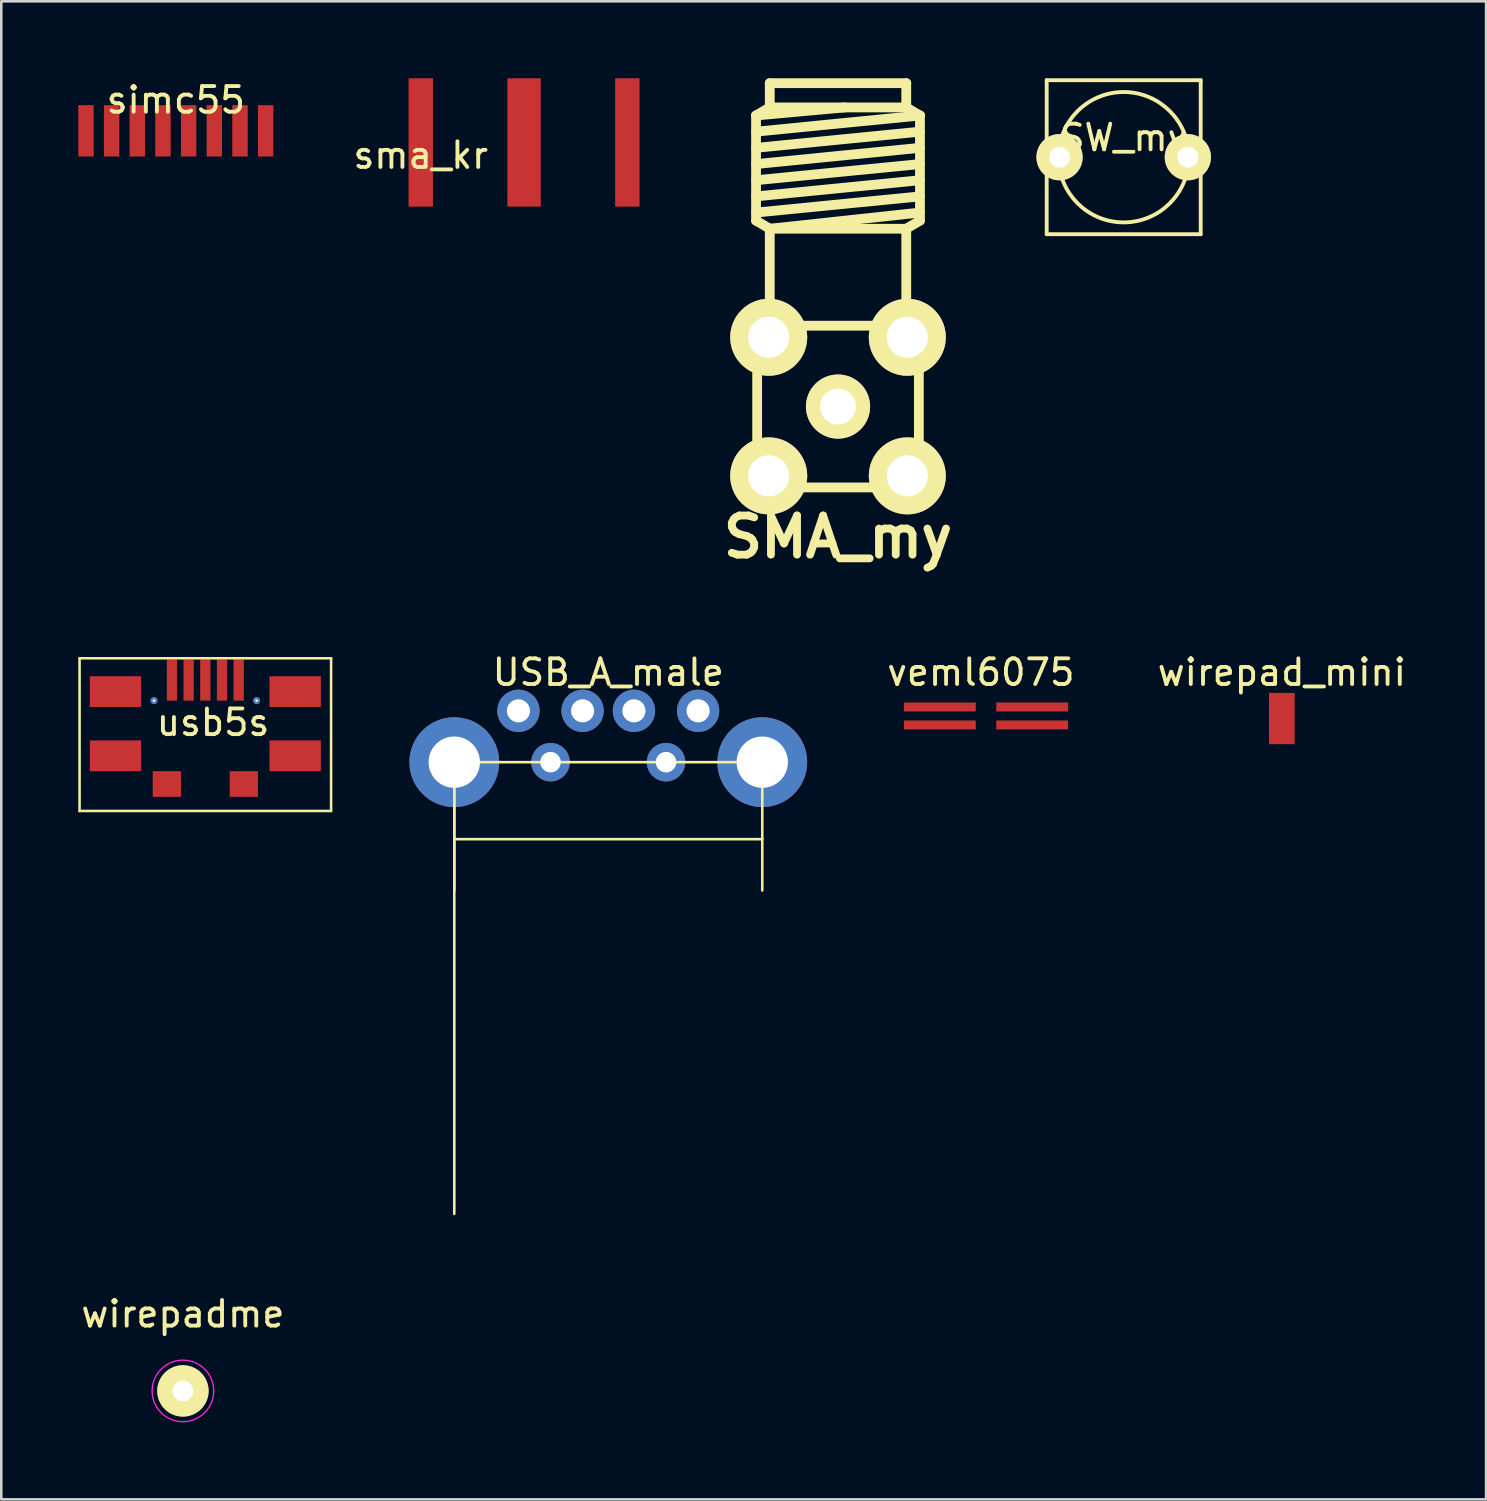
<source format=kicad_pcb>
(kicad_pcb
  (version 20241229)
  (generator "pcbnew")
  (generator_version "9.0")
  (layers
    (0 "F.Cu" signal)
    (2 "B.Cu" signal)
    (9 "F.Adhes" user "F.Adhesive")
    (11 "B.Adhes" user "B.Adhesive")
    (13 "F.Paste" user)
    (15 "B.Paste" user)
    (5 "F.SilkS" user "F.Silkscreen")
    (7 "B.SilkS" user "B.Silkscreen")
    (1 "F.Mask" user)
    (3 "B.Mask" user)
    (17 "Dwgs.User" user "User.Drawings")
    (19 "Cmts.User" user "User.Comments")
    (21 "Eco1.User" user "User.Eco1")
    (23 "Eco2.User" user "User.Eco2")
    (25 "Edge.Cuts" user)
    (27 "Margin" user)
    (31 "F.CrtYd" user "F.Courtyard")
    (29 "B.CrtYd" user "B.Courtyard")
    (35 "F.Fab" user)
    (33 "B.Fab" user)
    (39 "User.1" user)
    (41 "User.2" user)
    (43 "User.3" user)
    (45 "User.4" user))
  (footprint "SMA_my"
    (layer "F.Cu")
    (at 29.601 12.791)
    (property "Reference" "SMA_my" (at 0 5.08 0) (layer "F.SilkS") (effects (font (size 1.524 1.524) (thickness 0.305))))
    (attr through_hole)
    (fp_line (start -3.193 -11.341) (end -2.659 -11.656) (stroke (width 0.381) (type solid)) (layer "F.SilkS"))
    (fp_line (start -3.193 -11.341) (end 0.267 -11.656) (stroke (width 0.381) (type solid)) (layer "F.SilkS"))
    (fp_line (start -3.193 -10.711) (end 3.193 -11.341) (stroke (width 0.381) (type solid)) (layer "F.SilkS"))
    (fp_line (start -3.193 -10.081) (end 3.193 -10.711) (stroke (width 0.381) (type solid)) (layer "F.SilkS"))
    (fp_line (start -3.193 -9.449) (end 3.193 -10.081) (stroke (width 0.381) (type solid)) (layer "F.SilkS"))
    (fp_line (start -3.193 -8.819) (end 3.193 -9.449) (stroke (width 0.381) (type solid)) (layer "F.SilkS"))
    (fp_line (start -3.193 -8.189) (end 3.193 -8.819) (stroke (width 0.381) (type solid)) (layer "F.SilkS"))
    (fp_line (start -3.193 -7.559) (end 3.193 -8.189) (stroke (width 0.381) (type solid)) (layer "F.SilkS"))
    (fp_line (start -3.193 -7.244) (end -3.193 -11.341) (stroke (width 0.381) (type solid)) (layer "F.SilkS"))
    (fp_line (start -3.15 -3.15) (end 3.15 -3.15) (stroke (width 0.381) (type solid)) (layer "F.SilkS"))
    (fp_line (start -3.15 3.15) (end -3.15 -3.15) (stroke (width 0.381) (type solid)) (layer "F.SilkS"))
    (fp_line (start -2.659 -11.656) (end -2.659 -12.601) (stroke (width 0.381) (type solid)) (layer "F.SilkS"))
    (fp_line (start -2.659 -11.656) (end 2.659 -11.656) (stroke (width 0.381) (type solid)) (layer "F.SilkS"))
    (fp_line (start -2.659 -6.929) (end -3.193 -7.244) (stroke (width 0.381) (type solid)) (layer "F.SilkS"))
    (fp_line (start -2.659 -3.15) (end -2.659 -6.929) (stroke (width 0.381) (type solid)) (layer "F.SilkS"))
    (fp_line (start 2.659 -12.601) (end -2.659 -12.601) (stroke (width 0.381) (type solid)) (layer "F.SilkS"))
    (fp_line (start 2.659 -11.656) (end 2.659 -12.601) (stroke (width 0.381) (type solid)) (layer "F.SilkS"))
    (fp_line (start 2.659 -11.656) (end 3.193 -11.341) (stroke (width 0.381) (type solid)) (layer "F.SilkS"))
    (fp_line (start 2.659 -6.929) (end -2.659 -6.929) (stroke (width 0.381) (type solid)) (layer "F.SilkS"))
    (fp_line (start 2.659 -3.15) (end 2.659 -6.929) (stroke (width 0.381) (type solid)) (layer "F.SilkS"))
    (fp_line (start 3.15 -3.15) (end 3.15 3.15) (stroke (width 0.381) (type solid)) (layer "F.SilkS"))
    (fp_line (start 3.15 3.15) (end -3.15 3.15) (stroke (width 0.381) (type solid)) (layer "F.SilkS"))
    (fp_line (start 3.193 -11.341) (end 3.193 -7.244) (stroke (width 0.381) (type solid)) (layer "F.SilkS"))
    (fp_line (start 3.193 -7.559) (end -2.659 -6.929) (stroke (width 0.381) (type solid)) (layer "F.SilkS"))
    (fp_line (start 3.193 -7.244) (end 2.659 -6.929) (stroke (width 0.381) (type solid)) (layer "F.SilkS"))
    (pad "1" thru_hole circle (at 0 0) (size 2.5 2.5) (drill 1.4) (layers "*.Cu" "*.Mask" "F.SilkS"))
    (pad "2" thru_hole circle (at -2.7 -2.7) (size 3 3) (drill 1.6) (layers "*.Cu" "*.Mask" "F.SilkS"))
    (pad "3" thru_hole circle (at 2.7 -2.7) (size 3 3) (drill 1.6) (layers "*.Cu" "*.Mask" "F.SilkS"))
    (pad "4" thru_hole circle (at 2.7 2.7) (size 3 3) (drill 1.6) (layers "*.Cu" "*.Mask" "F.SilkS"))
    (pad "5" thru_hole circle (at -2.7 2.7) (size 3 3) (drill 1.6) (layers "*.Cu" "*.Mask" "F.SilkS")))
  (footprint "veml6075"
    (layer "F.Cu")
    (at 34.368 24.496)
    (property "Reference" "veml6075" (at 0.8 -1.35 0) (layer "F.SilkS") (effects (font (size 1 1) (thickness 0.15))))
    (attr smd)
    (pad "1" smd rect (at -0.8 0) (size 2.8 0.35) (layers "F.Cu" "F.Mask"))
    (pad "2" smd rect (at -0.8 0.7) (size 2.8 0.35) (layers "F.Cu" "F.Mask"))
    (pad "3" smd rect (at 2.8 0.7) (size 2.8 0.35) (layers "F.Cu" "F.Mask"))
    (pad "4" smd rect (at 2.8 0) (size 2.8 0.35) (layers "F.Cu" "F.Mask")))
  (footprint "sma_kr"
    (layer "F.Cu")
    (at 13.344 2.5)
    (property "Reference" "sma_kr" (at 0 0.5 0) (layer "F.SilkS") (effects (font (size 1 1) (thickness 0.15))))
    (attr through_hole)
    (pad "1" smd rect (at 4.025 0) (size 1.3 5) (layers "F.Cu" "F.Mask" "F.Paste"))
    (pad "2" smd rect (at 0 0) (size 0.95 5) (layers "F.Cu" "F.Mask" "F.Paste"))
    (pad "2" smd rect (at 8.05 0) (size 0.95 5) (layers "F.Cu" "F.Mask" "F.Paste")))
  (footprint "USB_A_male"
    (layer "F.Cu")
    (at 20.65 22.646)
    (property "Reference" "USB_A_male" (at 0 0.5 0) (layer "F.SilkS") (effects (font (size 1 1) (thickness 0.15))))
    (attr through_hole)
    (fp_line (start -6 4) (end -6 9) (stroke (width 0.1) (type solid)) (layer "F.SilkS"))
    (fp_line (start -6 4) (end -6 21.6) (stroke (width 0.1) (type solid)) (layer "F.SilkS"))
    (fp_line (start -6 7) (end 6 7) (stroke (width 0.1) (type solid)) (layer "F.SilkS"))
    (fp_line (start 6 4) (end -6 4) (stroke (width 0.1) (type solid)) (layer "F.SilkS"))
    (fp_line (start 6 9) (end 6 4) (stroke (width 0.1) (type solid)) (layer "F.SilkS"))
    (pad "1" thru_hole circle (at 3.5 2) (size 1.65 1.65) (drill 0.9) (layers "*.Cu" "*.Mask"))
    (pad "2" thru_hole circle (at 1 2) (size 1.65 1.65) (drill 0.9) (layers "*.Cu" "*.Mask"))
    (pad "3" thru_hole circle (at -1 2) (size 1.65 1.65) (drill 0.9) (layers "*.Cu" "*.Mask"))
    (pad "4" thru_hole circle (at -3.5 2) (size 1.65 1.65) (drill 0.9) (layers "*.Cu" "*.Mask"))
    (pad "5" thru_hole circle (at -6 4) (size 3.5 3.5) (drill 2) (layers "*.Cu" "*.Mask"))
    (pad "5" thru_hole circle (at 6 4) (size 3.5 3.5) (drill 2) (layers "*.Cu" "*.Mask"))
    (pad "6" thru_hole circle (at -2.25 4) (size 1.5 1.5) (drill 0.8) (layers "*.Cu" "*.Mask"))
    (pad "6" thru_hole circle (at 2.25 4) (size 1.5 1.5) (drill 0.8) (layers "*.Cu" "*.Mask")))
  (footprint "simc55"
    (layer "F.Cu")
    (at 3.8 0.348)
    (property "Reference" "simc55" (at 0 0.5 0) (layer "F.SilkS") (effects (font (size 1 1) (thickness 0.15))))
    (attr through_hole)
    (pad "1" smd rect (at -3.5 1.7) (size 0.6 2) (layers "F.Cu" "F.Mask" "F.Paste"))
    (pad "2" smd rect (at -2.5 1.7) (size 0.6 2) (layers "F.Cu" "F.Mask" "F.Paste"))
    (pad "3" smd rect (at -1.5 1.7) (size 0.6 2) (layers "F.Cu" "F.Mask" "F.Paste"))
    (pad "4" smd rect (at -0.5 1.7) (size 0.6 2) (layers "F.Cu" "F.Mask" "F.Paste"))
    (pad "5" smd rect (at 0.5 1.7) (size 0.6 2) (layers "F.Cu" "F.Mask" "F.Paste"))
    (pad "6" smd rect (at 1.5 1.7) (size 0.6 2) (layers "F.Cu" "F.Mask" "F.Paste"))
    (pad "7" smd rect (at 2.5 1.7) (size 0.6 2) (layers "F.Cu" "F.Mask" "F.Paste"))
    (pad "8" smd rect (at 3.5 1.7) (size 0.6 2) (layers "F.Cu" "F.Mask" "F.Paste")))
  (footprint "wirepad_mini"
    (layer "F.Cu")
    (at 46.894 22.646)
    (property "Reference" "wirepad_mini" (at 0 0.5 0) (layer "F.SilkS") (effects (font (size 1 1) (thickness 0.15))))
    (attr through_hole)
    (pad "1" smd rect (at 0 2.3) (size 1 2) (layers "F.Cu" "F.Mask" "F.Paste")))
  (footprint "wirepadme"
    (layer "F.Cu")
    (at 4.077 51.144)
    (property "Reference" "wirepadme" (at 0 -3 0) (layer "F.SilkS") (effects (font (size 1 1) (thickness 0.15))))
    (attr exclude_from_pos_files exclude_from_bom)
    (fp_circle (center 0 0) (end 1.2 0) (stroke (width 0.05) (type solid)) (fill no) (layer "F.CrtYd"))
    (pad "1" thru_hole circle (at 0 0) (size 2 2) (drill 0.8) (layers "*.Cu" "*.Mask" "F.SilkS")))
  (footprint "usb5s"
    (layer "F.Cu")
    (at 4.95 22.548)
    (property "Reference" "usb5s" (at 0.3 2.55 0) (layer "F.SilkS") (effects (font (size 1 1) (thickness 0.15))))
    (attr through_hole)
    (fp_line (start -4.9 0.05) (end 4.9 0.05) (stroke (width 0.1) (type solid)) (layer "F.SilkS"))
    (fp_line (start -4.9 6) (end -4.9 0.05) (stroke (width 0.1) (type solid)) (layer "F.SilkS"))
    (fp_line (start -4.9 6) (end 4.9 6) (stroke (width 0.1) (type solid)) (layer "F.SilkS"))
    (fp_line (start 4.9 0.05) (end 4.9 6) (stroke (width 0.1) (type solid)) (layer "F.SilkS"))
    (pad "1" smd rect (at -1.3 0.9) (size 0.4 1.6) (layers "F.Cu" "F.Mask" "F.Paste"))
    (pad "2" thru_hole circle (at -2 1.7) (size 0.275 0.275) (drill 0.1) (layers "*.Cu" "*.Mask"))
    (pad "2" smd rect (at -0.65 0.9) (size 0.4 1.6) (layers "F.Cu" "F.Mask" "F.Paste"))
    (pad "2" thru_hole circle (at 2 1.7) (size 0.275 0.275) (drill 0.1) (layers "*.Cu" "*.Mask"))
    (pad "3" smd rect (at 0 0.9) (size 0.4 1.6) (layers "F.Cu" "F.Mask" "F.Paste"))
    (pad "4" smd rect (at 0.65 0.9) (size 0.4 1.6) (layers "F.Cu" "F.Mask" "F.Paste"))
    (pad "5" smd rect (at 1.3 0.9) (size 0.4 1.6) (layers "F.Cu" "F.Mask" "F.Paste"))
    (pad "6" smd rect (at -3.5 1.35) (size 2 1.2) (layers "F.Cu" "F.Mask" "F.Paste"))
    (pad "6" smd rect (at -3.5 3.85) (size 2 1.2) (layers "F.Cu" "F.Mask" "F.Paste"))
    (pad "6" smd rect (at -1.5 4.95) (size 1.1 1) (layers "F.Cu" "F.Mask" "F.Paste"))
    (pad "6" smd rect (at 1.5 4.95) (size 1.1 1) (layers "F.Cu" "F.Mask" "F.Paste"))
    (pad "6" smd rect (at 3.5 1.35) (size 2 1.2) (layers "F.Cu" "F.Mask" "F.Paste"))
    (pad "6" smd rect (at 3.5 3.85) (size 2 1.2) (layers "F.Cu" "F.Mask" "F.Paste")))
  (footprint "SW_my"
    (layer "F.Cu")
    (at 40.732 3.075)
    (property "Reference" "SW_my" (at 0 -0.762 0) (layer "F.SilkS") (effects (font (size 1 1) (thickness 0.15))))
    (attr through_hole)
    (fp_line (start -3 -3) (end -3 3) (stroke (width 0.15) (type solid)) (layer "F.SilkS"))
    (fp_line (start -3 -3) (end 3 -3) (stroke (width 0.15) (type solid)) (layer "F.SilkS"))
    (fp_line (start 3 -3) (end 3 3) (stroke (width 0.15) (type solid)) (layer "F.SilkS"))
    (fp_line (start 3 3) (end -3 3) (stroke (width 0.15) (type solid)) (layer "F.SilkS"))
    (fp_circle (center 0 0) (end 0 -2.54) (stroke (width 0.15) (type solid)) (fill no) (layer "F.SilkS"))
    (pad "1" thru_hole circle (at -2.5 0) (size 1.8 1.8) (drill 0.813) (layers "*.Cu" "*.Mask" "F.SilkS"))
    (pad "2" thru_hole circle (at 2.5 0) (size 1.8 1.8) (drill 0.813) (layers "*.Cu" "*.Mask" "F.SilkS")))
  (gr_rect
    (start -3 -3)
    (end 54.852 55.369)
    (stroke (width 0.1) (type default))
    (fill no)
    (layer "Edge.Cuts")))
</source>
